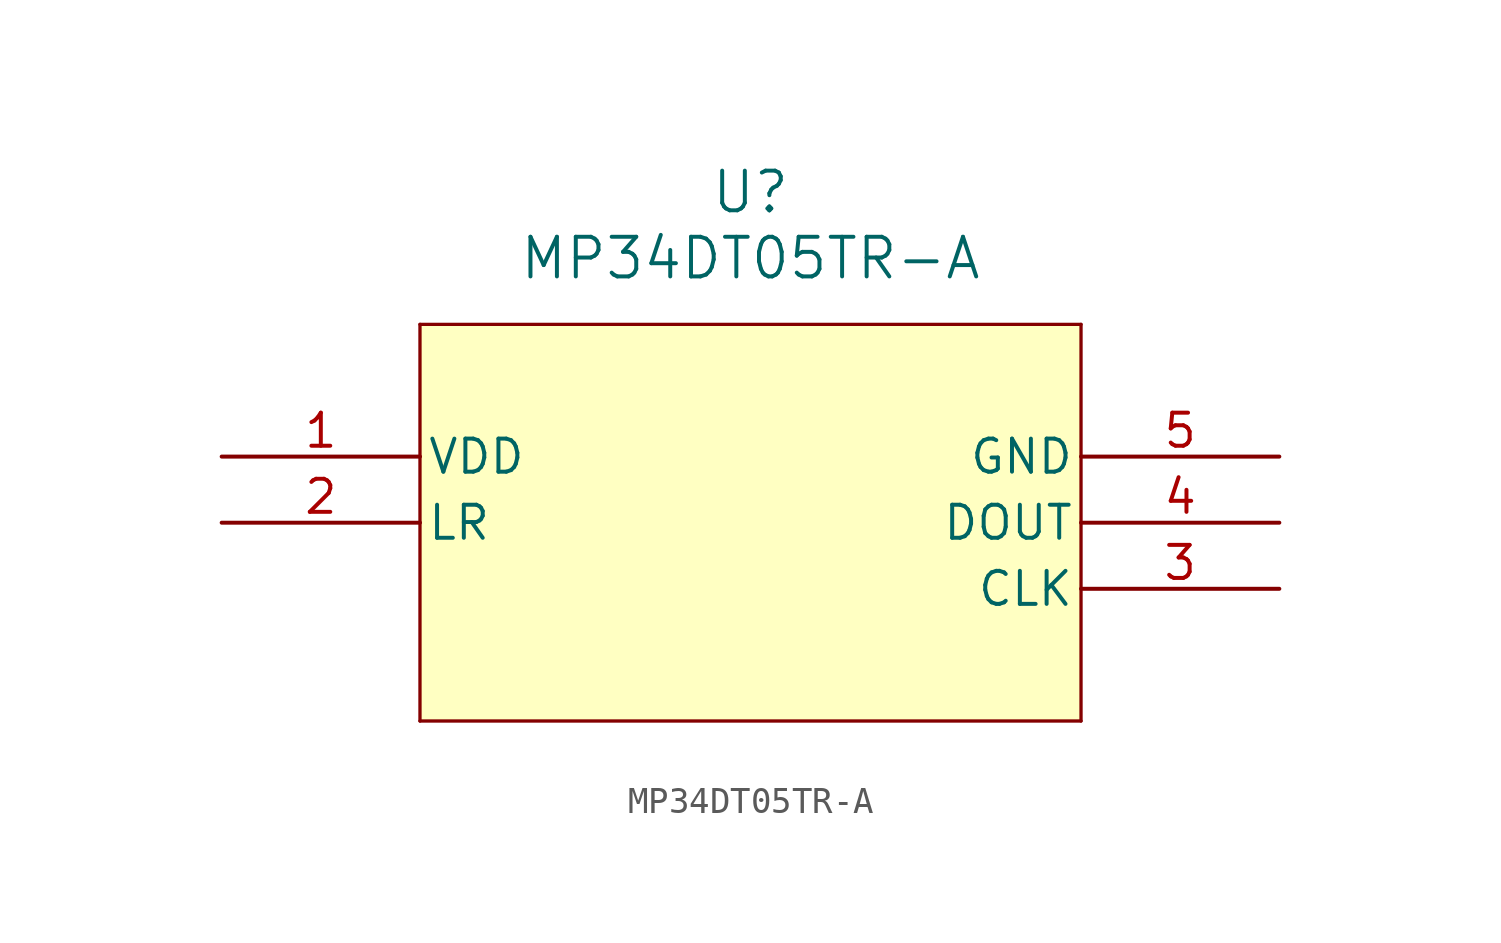
<source format=kicad_sym>
(kicad_symbol_lib
  (version 20220914)
  (generator kicad_symbol_editor)
  (symbol "MP34DT05TR-A"
    (pin_names
      (offset 0.254))
    (property "Reference" "U"
      (at 20.32 10.16 0)
      (effects (font (size 1.524 1.524))))
    (property "Value" "MP34DT05TR-A"
      (at 20.32 7.62 0)
      (effects (font (size 1.524 1.524))))
    (property "ki_locked" ""
      (at 0 0 0)
      (effects (font (size 1.27 1.27))))
    (symbol "MP34DT05TR-A_0_1"
      (polyline (pts (xy 7.62 -10.16) (xy 33.02 -10.16)) (stroke (width 0.127) (type default)) (fill (type none)))
      (polyline (pts (xy 7.62 5.08) (xy 7.62 -10.16)) (stroke (width 0.127) (type default)) (fill (type none)))
      (polyline (pts (xy 33.02 -10.16) (xy 33.02 5.08)) (stroke (width 0.127) (type default)) (fill (type none)))
      (polyline (pts (xy 33.02 5.08) (xy 7.62 5.08)) (stroke (width 0.127) (type default)) (fill (type none)))
      (pin power_in line (at 0 0 0) (length 7.62) (name "VDD" (effects (font (size 1.27 1.27)))) (number "1" (effects (font (size 1.27 1.27)))))
      (pin input line (at 40.64 -5.08 180) (length 7.62) (name "CLK" (effects (font (size 1.27 1.27)))) (number "3" (effects (font (size 1.27 1.27)))))
      (pin output line (at 40.64 -2.54 180) (length 7.62) (name "DOUT" (effects (font (size 1.27 1.27)))) (number "4" (effects (font (size 1.27 1.27))))))
    (symbol "MP34DT05TR-A_1_1"
      (rectangle (start 7.62 5.08) (end 33.02 -10.16) (stroke (width -0.0001) (type default)) (fill (type background)))
      (pin passive line (at 0 -2.54 0) (length 7.62) (name "LR" (effects (font (size 1.27 1.27)))) (number "2" (effects (font (size 1.27 1.27)))))
      (pin power_in line (at 40.64 0 180) (length 7.62) (name "GND" (effects (font (size 1.27 1.27)))) (number "5" (effects (font (size 1.27 1.27))))))))
</source>
